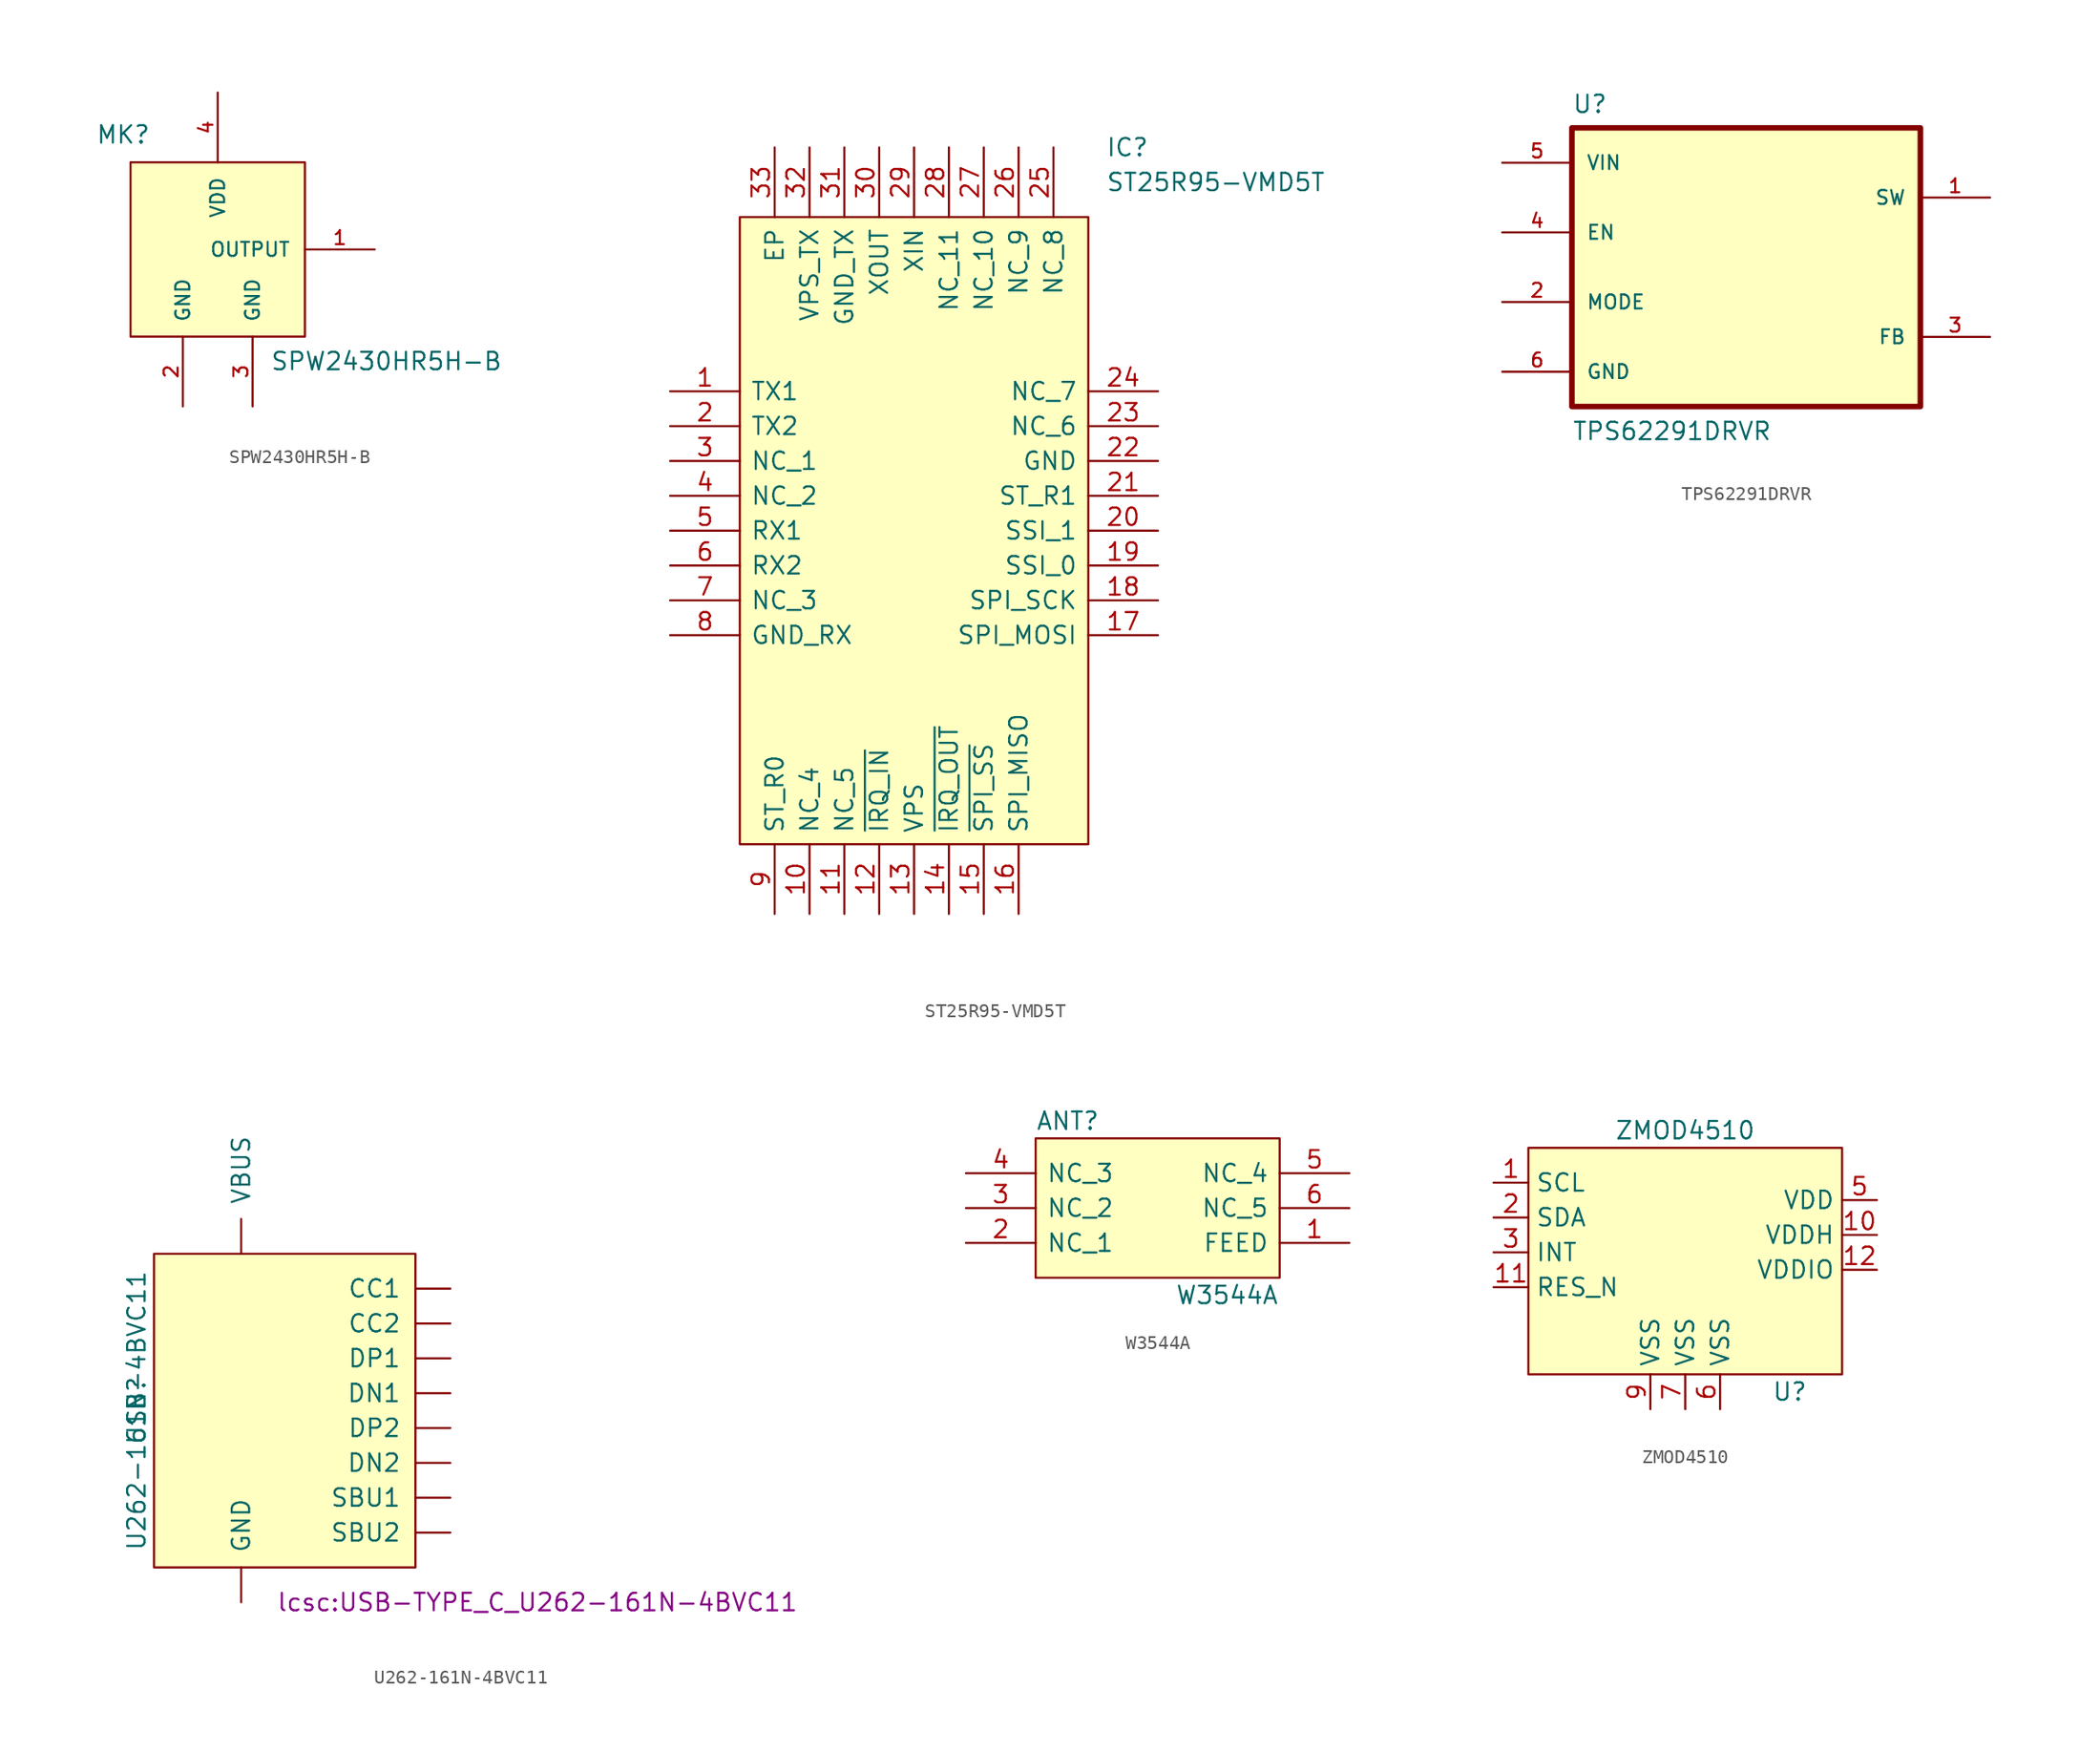
<source format=kicad_sym>
(kicad_symbol_lib
  (version 20231120)
  (generator "kicad_symbol_editor")
  (generator_version "8.0")
  (symbol "SPW2430HR5H-B"
    (pin_names
      (offset 1.016))
    (property "Reference" "MK"
      (at -8.89 7.62 0)
      (effects (font (size 1.27 1.27)) (justify left bottom)))
    (property "Value" "SPW2430HR5H-B"
      (at 3.81 -8.89 0)
      (effects (font (size 1.27 1.27)) (justify left bottom)))
    (property "ki_locked" ""
      (at 0 0 0)
      (effects (font (size 1.27 1.27))))
    (symbol "SPW2430HR5H-B_0_0"
      (pin output line (at 11.43 0 180) (length 5.08) (name "OUTPUT" (effects (font (size 1.016 1.016)))) (number "1" (effects (font (size 1.016 1.016)))))
      (pin power_in line (at -2.54 -11.43 90) (length 5.08) (name "GND" (effects (font (size 1.016 1.016)))) (number "2" (effects (font (size 1.016 1.016)))))
      (pin power_in line (at 2.54 -11.43 90) (length 5.08) (name "GND" (effects (font (size 1.016 1.016)))) (number "3" (effects (font (size 1.016 1.016)))))
      (pin power_in line (at 0 11.43 270) (length 5.08) (name "VDD" (effects (font (size 1.016 1.016)))) (number "4" (effects (font (size 1.016 1.016))))))
    (symbol "SPW2430HR5H-B_1_1"
      (rectangle (start 6.35 6.35) (end -6.35 -6.35) (stroke (width 0) (type default)) (fill (type background)))))
  (symbol "ST25R95-VMD5T"
    (pin_names
      (offset 0.762))
    (property "Reference" "IC"
      (at 31.75 17.78 0)
      (effects (font (size 1.27 1.27)) (justify left)))
    (property "Value" "ST25R95-VMD5T"
      (at 31.75 15.24 0)
      (effects (font (size 1.27 1.27)) (justify left)))
    (symbol "ST25R95-VMD5T_0_0"
      (pin unspecified line (at 0 0 0) (length 5.08) (name "TX1" (effects (font (size 1.27 1.27)))) (number "1" (effects (font (size 1.27 1.27)))))
      (pin unspecified line (at 10.16 -38.1 90) (length 5.08) (name "NC_4" (effects (font (size 1.27 1.27)))) (number "10" (effects (font (size 1.27 1.27)))))
      (pin unspecified line (at 12.7 -38.1 90) (length 5.08) (name "NC_5" (effects (font (size 1.27 1.27)))) (number "11" (effects (font (size 1.27 1.27)))))
      (pin unspecified line (at 15.24 -38.1 90) (length 5.08) (name "~{IRQ_IN}" (effects (font (size 1.27 1.27)))) (number "12" (effects (font (size 1.27 1.27)))))
      (pin unspecified line (at 17.78 -38.1 90) (length 5.08) (name "VPS" (effects (font (size 1.27 1.27)))) (number "13" (effects (font (size 1.27 1.27)))))
      (pin unspecified line (at 20.32 -38.1 90) (length 5.08) (name "~{IRQ_OUT}" (effects (font (size 1.27 1.27)))) (number "14" (effects (font (size 1.27 1.27)))))
      (pin unspecified line (at 22.86 -38.1 90) (length 5.08) (name "~{SPI_SS}" (effects (font (size 1.27 1.27)))) (number "15" (effects (font (size 1.27 1.27)))))
      (pin unspecified line (at 25.4 -38.1 90) (length 5.08) (name "SPI_MISO" (effects (font (size 1.27 1.27)))) (number "16" (effects (font (size 1.27 1.27)))))
      (pin unspecified line (at 35.56 -17.78 180) (length 5.08) (name "SPI_MOSI" (effects (font (size 1.27 1.27)))) (number "17" (effects (font (size 1.27 1.27)))))
      (pin unspecified line (at 35.56 -15.24 180) (length 5.08) (name "SPI_SCK" (effects (font (size 1.27 1.27)))) (number "18" (effects (font (size 1.27 1.27)))))
      (pin unspecified line (at 35.56 -12.7 180) (length 5.08) (name "SSI_0" (effects (font (size 1.27 1.27)))) (number "19" (effects (font (size 1.27 1.27)))))
      (pin unspecified line (at 0 -2.54 0) (length 5.08) (name "TX2" (effects (font (size 1.27 1.27)))) (number "2" (effects (font (size 1.27 1.27)))))
      (pin unspecified line (at 35.56 -10.16 180) (length 5.08) (name "SSI_1" (effects (font (size 1.27 1.27)))) (number "20" (effects (font (size 1.27 1.27)))))
      (pin unspecified line (at 35.56 -7.62 180) (length 5.08) (name "ST_R1" (effects (font (size 1.27 1.27)))) (number "21" (effects (font (size 1.27 1.27)))))
      (pin unspecified line (at 35.56 -5.08 180) (length 5.08) (name "GND" (effects (font (size 1.27 1.27)))) (number "22" (effects (font (size 1.27 1.27)))))
      (pin unspecified line (at 35.56 -2.54 180) (length 5.08) (name "NC_6" (effects (font (size 1.27 1.27)))) (number "23" (effects (font (size 1.27 1.27)))))
      (pin unspecified line (at 35.56 0 180) (length 5.08) (name "NC_7" (effects (font (size 1.27 1.27)))) (number "24" (effects (font (size 1.27 1.27)))))
      (pin unspecified line (at 27.94 17.78 270) (length 5.08) (name "NC_8" (effects (font (size 1.27 1.27)))) (number "25" (effects (font (size 1.27 1.27)))))
      (pin unspecified line (at 25.4 17.78 270) (length 5.08) (name "NC_9" (effects (font (size 1.27 1.27)))) (number "26" (effects (font (size 1.27 1.27)))))
      (pin unspecified line (at 22.86 17.78 270) (length 5.08) (name "NC_10" (effects (font (size 1.27 1.27)))) (number "27" (effects (font (size 1.27 1.27)))))
      (pin unspecified line (at 20.32 17.78 270) (length 5.08) (name "NC_11" (effects (font (size 1.27 1.27)))) (number "28" (effects (font (size 1.27 1.27)))))
      (pin unspecified line (at 17.78 17.78 270) (length 5.08) (name "XIN" (effects (font (size 1.27 1.27)))) (number "29" (effects (font (size 1.27 1.27)))))
      (pin unspecified line (at 0 -5.08 0) (length 5.08) (name "NC_1" (effects (font (size 1.27 1.27)))) (number "3" (effects (font (size 1.27 1.27)))))
      (pin unspecified line (at 15.24 17.78 270) (length 5.08) (name "XOUT" (effects (font (size 1.27 1.27)))) (number "30" (effects (font (size 1.27 1.27)))))
      (pin unspecified line (at 12.7 17.78 270) (length 5.08) (name "GND_TX" (effects (font (size 1.27 1.27)))) (number "31" (effects (font (size 1.27 1.27)))))
      (pin unspecified line (at 10.16 17.78 270) (length 5.08) (name "VPS_TX" (effects (font (size 1.27 1.27)))) (number "32" (effects (font (size 1.27 1.27)))))
      (pin unspecified line (at 7.62 17.78 270) (length 5.08) (name "EP" (effects (font (size 1.27 1.27)))) (number "33" (effects (font (size 1.27 1.27)))))
      (pin unspecified line (at 0 -7.62 0) (length 5.08) (name "NC_2" (effects (font (size 1.27 1.27)))) (number "4" (effects (font (size 1.27 1.27)))))
      (pin unspecified line (at 0 -10.16 0) (length 5.08) (name "RX1" (effects (font (size 1.27 1.27)))) (number "5" (effects (font (size 1.27 1.27)))))
      (pin unspecified line (at 0 -12.7 0) (length 5.08) (name "RX2" (effects (font (size 1.27 1.27)))) (number "6" (effects (font (size 1.27 1.27)))))
      (pin unspecified line (at 0 -15.24 0) (length 5.08) (name "NC_3" (effects (font (size 1.27 1.27)))) (number "7" (effects (font (size 1.27 1.27)))))
      (pin unspecified line (at 0 -17.78 0) (length 5.08) (name "GND_RX" (effects (font (size 1.27 1.27)))) (number "8" (effects (font (size 1.27 1.27)))))
      (pin unspecified line (at 7.62 -38.1 90) (length 5.08) (name "ST_R0" (effects (font (size 1.27 1.27)))) (number "9" (effects (font (size 1.27 1.27))))))
    (symbol "ST25R95-VMD5T_0_1"
      (polyline (pts (xy 5.08 12.7) (xy 30.48 12.7) (xy 30.48 -33.02) (xy 5.08 -33.02) (xy 5.08 12.7)) (stroke (width 0.152) (type default)) (fill (type background)))))
  (symbol "TPS62291DRVR"
    (pin_names
      (offset 1.016))
    (property "Reference" "U"
      (at -12.7 11.151 0)
      (effects (font (size 1.27 1.27)) (justify left bottom)))
    (property "Value" "TPS62291DRVR"
      (at -12.7 -12.7 0)
      (effects (font (size 1.27 1.27)) (justify left bottom)))
    (property "ki_locked" ""
      (at 0 0 0)
      (effects (font (size 1.27 1.27))))
    (symbol "TPS62291DRVR_0_0"
      (rectangle (start -12.7 -10.16) (end 12.7 10.16) (stroke (width 0.406) (type default)) (fill (type background)))
      (pin output line (at 17.78 5.08 180) (length 5.08) (name "SW" (effects (font (size 1.016 1.016)))) (number "1" (effects (font (size 1.016 1.016)))))
      (pin input line (at -17.78 -2.54 0) (length 5.08) (name "MODE" (effects (font (size 1.016 1.016)))) (number "2" (effects (font (size 1.016 1.016)))))
      (pin input line (at 17.78 -5.08 180) (length 5.08) (name "FB" (effects (font (size 1.016 1.016)))) (number "3" (effects (font (size 1.016 1.016)))))
      (pin input line (at -17.78 2.54 0) (length 5.08) (name "EN" (effects (font (size 1.016 1.016)))) (number "4" (effects (font (size 1.016 1.016)))))
      (pin input line (at -17.78 7.62 0) (length 5.08) (name "VIN" (effects (font (size 1.016 1.016)))) (number "5" (effects (font (size 1.016 1.016)))))
      (pin power_in line (at -17.78 -7.62 0) (length 5.08) (name "GND" (effects (font (size 1.016 1.016)))) (number "6" (effects (font (size 1.016 1.016)))))))
  (symbol "U262-161N-4BVC11"
    (pin_names
      (offset 1.016))
    (property "Reference" "USB"
      (at -1.27 11.43 90)
      (effects (font (size 1.27 1.27))))
    (property "Value" "U262-161N-4BVC11"
      (at -1.27 11.43 90)
      (effects (font (size 1.27 1.27))))
    (property "Footprint" "lcsc:USB-TYPE_C_U262-161N-4BVC11"
      (at 27.94 -2.54 0)
      (effects (font (size 1.27 1.27))))
    (property "Datasheet" ""
      (at 27.94 -2.54 0)
      (effects (font (size 1.27 1.27))))
    (symbol "U262-161N-4BVC11_1_1"
      (rectangle (start 0 22.86) (end 19.05 0) (stroke (width 0) (type solid)) (fill (type background)))
      (pin input line (at 21.59 20.32 180) (length 2.54) (name "CC1" (effects (font (size 1.27 1.27)))) (number "~" (effects (font (size 1.27 1.27)))))
      (pin input line (at 21.59 17.78 180) (length 2.54) (name "CC2" (effects (font (size 1.27 1.27)))) (number "~" (effects (font (size 1.27 1.27)))))
      (pin bidirectional line (at 21.59 12.7 180) (length 2.54) (name "DN1" (effects (font (size 1.27 1.27)))) (number "~" (effects (font (size 1.27 1.27)))))
      (pin bidirectional line (at 21.59 7.62 180) (length 2.54) (name "DN2" (effects (font (size 1.27 1.27)))) (number "~" (effects (font (size 1.27 1.27)))))
      (pin bidirectional line (at 21.59 15.24 180) (length 2.54) (name "DP1" (effects (font (size 1.27 1.27)))) (number "~" (effects (font (size 1.27 1.27)))))
      (pin bidirectional line (at 21.59 10.16 180) (length 2.54) (name "DP2" (effects (font (size 1.27 1.27)))) (number "~" (effects (font (size 1.27 1.27)))))
      (pin input line (at 6.35 -2.54 90) (length 2.54) (name "GND" (effects (font (size 1.27 1.27)))) (number "~" (effects (font (size 1.27 1.27)))))
      (pin input line (at 21.59 5.08 180) (length 2.54) (name "SBU1" (effects (font (size 1.27 1.27)))) (number "~" (effects (font (size 1.27 1.27)))))
      (pin input line (at 21.59 2.54 180) (length 2.54) (name "SBU2" (effects (font (size 1.27 1.27)))) (number "~" (effects (font (size 1.27 1.27)))))
      (pin power_out line (at 6.35 22.86 90) (length 2.54) (name "VBUS" (effects (font (size 1.27 1.27)))) (number "~" (effects (font (size 1.27 1.27)))))))
  (symbol "W3544A"
    (pin_names
      (offset 0.762))
    (property "Reference" "ANT"
      (at -8.89 6.35 0)
      (effects (font (size 1.27 1.27)) (justify left)))
    (property "Value" "W3544A"
      (at 1.27 -6.35 0)
      (effects (font (size 1.27 1.27)) (justify left)))
    (symbol "W3544A_0_0"
      (pin passive line (at 13.97 -2.54 180) (length 5.08) (name "FEED" (effects (font (size 1.27 1.27)))) (number "1" (effects (font (size 1.27 1.27)))))
      (pin passive line (at -13.97 -2.54 0) (length 5.08) (name "NC_1" (effects (font (size 1.27 1.27)))) (number "2" (effects (font (size 1.27 1.27)))))
      (pin passive line (at -13.97 0 0) (length 5.08) (name "NC_2" (effects (font (size 1.27 1.27)))) (number "3" (effects (font (size 1.27 1.27)))))
      (pin passive line (at -13.97 2.54 0) (length 5.08) (name "NC_3" (effects (font (size 1.27 1.27)))) (number "4" (effects (font (size 1.27 1.27)))))
      (pin passive line (at 13.97 2.54 180) (length 5.08) (name "NC_4" (effects (font (size 1.27 1.27)))) (number "5" (effects (font (size 1.27 1.27)))))
      (pin passive line (at 13.97 0 180) (length 5.08) (name "NC_5" (effects (font (size 1.27 1.27)))) (number "6" (effects (font (size 1.27 1.27))))))
    (symbol "W3544A_0_1"
      (polyline (pts (xy -8.89 5.08) (xy 8.89 5.08) (xy 8.89 -5.08) (xy -8.89 -5.08) (xy -8.89 5.08)) (stroke (width 0.152) (type default)) (fill (type background)))))
  (symbol "ZMOD4510"
    (property "Reference" "U"
      (at 7.62 -11.43 0)
      (effects (font (size 1.27 1.27))))
    (property "Value" "ZMOD4510"
      (at 0 7.62 0)
      (effects (font (size 1.27 1.27))))
    (symbol "ZMOD4510_0_1"
      (rectangle (start -11.43 6.35) (end 11.43 -10.16) (stroke (width 0.152) (type default)) (fill (type background))))
    (symbol "ZMOD4510_1_1"
      (pin input line (at -13.97 3.81 0) (length 2.54) (name "SCL" (effects (font (size 1.27 1.27)))) (number "1" (effects (font (size 1.27 1.27)))))
      (pin power_in line (at 13.97 0 180) (length 2.54) (name "VDDH" (effects (font (size 1.27 1.27)))) (number "10" (effects (font (size 1.27 1.27)))))
      (pin input line (at -13.97 -3.81 0) (length 2.54) (name "RES_N" (effects (font (size 1.27 1.27)))) (number "11" (effects (font (size 1.27 1.27)))))
      (pin power_in line (at 13.97 -2.54 180) (length 2.54) (name "VDDIO" (effects (font (size 1.27 1.27)))) (number "12" (effects (font (size 1.27 1.27)))))
      (pin bidirectional line (at -13.97 1.27 0) (length 2.54) (name "SDA" (effects (font (size 1.27 1.27)))) (number "2" (effects (font (size 1.27 1.27)))))
      (pin output line (at -13.97 -1.27 0) (length 2.54) (name "INT" (effects (font (size 1.27 1.27)))) (number "3" (effects (font (size 1.27 1.27)))))
      (pin power_in line (at 13.97 2.54 180) (length 2.54) (name "VDD" (effects (font (size 1.27 1.27)))) (number "5" (effects (font (size 1.27 1.27)))))
      (pin power_in line (at 2.54 -12.7 90) (length 2.54) (name "VSS" (effects (font (size 1.27 1.27)))) (number "6" (effects (font (size 1.27 1.27)))))
      (pin power_in line (at 0 -12.7 90) (length 2.54) (name "VSS" (effects (font (size 1.27 1.27)))) (number "7" (effects (font (size 1.27 1.27)))))
      (pin power_in line (at -2.54 -12.7 90) (length 2.54) (name "VSS" (effects (font (size 1.27 1.27)))) (number "9" (effects (font (size 1.27 1.27))))))))
</source>
